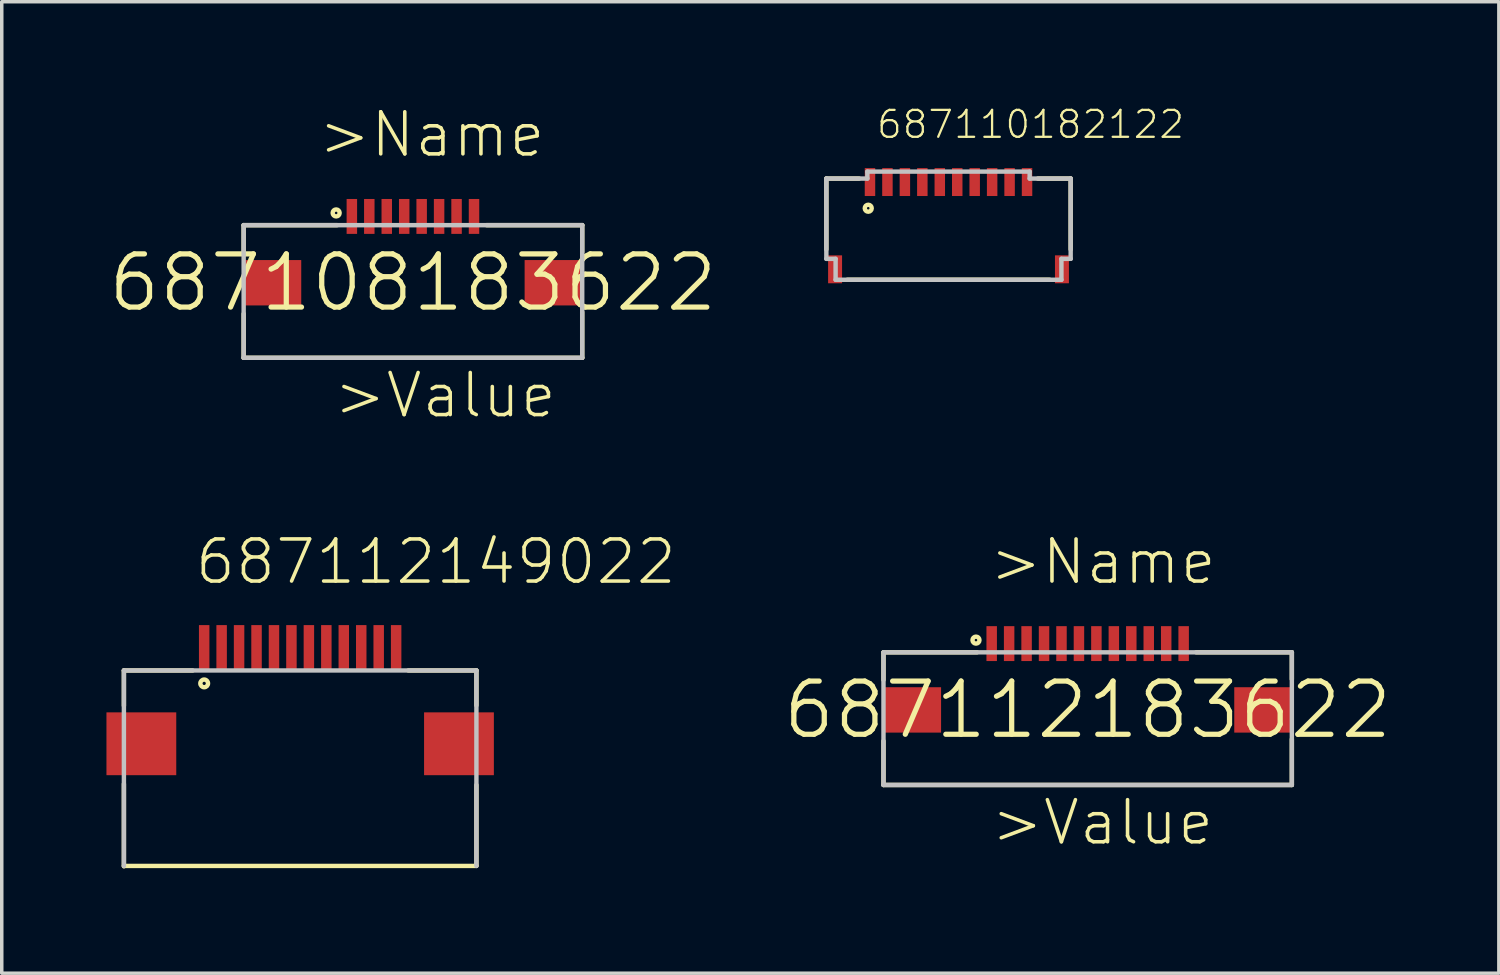
<source format=kicad_pcb>
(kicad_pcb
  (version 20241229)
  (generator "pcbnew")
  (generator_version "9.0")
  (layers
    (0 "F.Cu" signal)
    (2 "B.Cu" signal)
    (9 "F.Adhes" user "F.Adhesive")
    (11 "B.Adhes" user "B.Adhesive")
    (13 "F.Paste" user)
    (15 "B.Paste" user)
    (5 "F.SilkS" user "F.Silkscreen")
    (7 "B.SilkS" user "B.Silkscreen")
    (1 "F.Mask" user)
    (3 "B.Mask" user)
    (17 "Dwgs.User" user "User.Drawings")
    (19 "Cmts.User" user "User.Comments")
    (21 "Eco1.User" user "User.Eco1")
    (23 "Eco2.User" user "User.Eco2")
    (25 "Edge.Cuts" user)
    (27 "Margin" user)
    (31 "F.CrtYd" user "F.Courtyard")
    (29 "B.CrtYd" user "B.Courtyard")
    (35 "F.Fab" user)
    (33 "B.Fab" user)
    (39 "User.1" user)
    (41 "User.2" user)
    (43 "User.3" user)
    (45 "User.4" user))
  (footprint "687108183622"
    (layer "F.Cu")
    (at 8.781 5.051)
    (property "Reference" "687108183622" (at 0 0 0) (layer "F.SilkS") (effects (font (size 1.524 1.524) (thickness 0.15))))
    (attr through_hole)
    (fp_line (start -4.85 -1.65) (end -4.85 -0.86) (stroke (width 0.127) (type solid)) (layer "F.SilkS"))
    (fp_line (start -4.85 0.89) (end -4.85 2.15) (stroke (width 0.127) (type solid)) (layer "F.SilkS"))
    (fp_line (start -4.85 2.15) (end 4.85 2.15) (stroke (width 0.127) (type solid)) (layer "F.SilkS"))
    (fp_line (start -2.17 -1.65) (end -4.85 -1.65) (stroke (width 0.127) (type solid)) (layer "F.SilkS"))
    (fp_line (start 2.11 -1.65) (end 4.85 -1.65) (stroke (width 0.127) (type solid)) (layer "F.SilkS"))
    (fp_line (start 4.85 -1.65) (end 4.85 -0.88) (stroke (width 0.127) (type solid)) (layer "F.SilkS"))
    (fp_line (start 4.85 2.15) (end 4.85 0.84) (stroke (width 0.127) (type solid)) (layer "F.SilkS"))
    (fp_circle (center -2.2 -2) (end -2.1 -2) (stroke (width 0.127) (type solid)) (fill no) (layer "F.SilkS"))
    (fp_line (start -4.85 -1.65) (end 4.85 -1.65) (stroke (width 0.127) (type solid)) (layer "Dwgs.User"))
    (fp_line (start -4.85 2.15) (end -4.85 -1.65) (stroke (width 0.127) (type solid)) (layer "Dwgs.User"))
    (fp_line (start 4.85 -1.65) (end 4.85 2.15) (stroke (width 0.127) (type solid)) (layer "Dwgs.User"))
    (fp_line (start 4.85 2.15) (end -4.85 2.15) (stroke (width 0.127) (type solid)) (layer "Dwgs.User"))
    (fp_text user ">Value" (at -2.33 3.93 0) (layer "F.SilkS") (effects (font (size 1.206 1.206) (thickness 0.102)) (justify left bottom)))
    (fp_text user ">Name" (at -2.77 -3.54 0) (layer "F.SilkS") (effects (font (size 1.206 1.206) (thickness 0.102)) (justify left bottom)))
    (pad "1" smd rect (at -1.75 -1.9 90) (size 1 0.3) (layers "F.Cu" "F.Mask" "F.Paste"))
    (pad "2" smd rect (at -1.25 -1.9 90) (size 1 0.3) (layers "F.Cu" "F.Mask" "F.Paste"))
    (pad "3" smd rect (at -0.75 -1.9 90) (size 1 0.3) (layers "F.Cu" "F.Mask" "F.Paste"))
    (pad "4" smd rect (at -0.25 -1.9 90) (size 1 0.3) (layers "F.Cu" "F.Mask" "F.Paste"))
    (pad "5" smd rect (at 0.25 -1.9 90) (size 1 0.3) (layers "F.Cu" "F.Mask" "F.Paste"))
    (pad "6" smd rect (at 0.75 -1.9 90) (size 1 0.3) (layers "F.Cu" "F.Mask" "F.Paste"))
    (pad "7" smd rect (at 1.25 -1.9 90) (size 1 0.3) (layers "F.Cu" "F.Mask" "F.Paste"))
    (pad "8" smd rect (at 1.75 -1.9 90) (size 1 0.3) (layers "F.Cu" "F.Mask" "F.Paste"))
    (pad "Z1" smd rect (at -4.025 0) (size 1.65 1.3) (layers "F.Cu" "F.Mask" "F.Paste"))
    (pad "Z2" smd rect (at 4.025 0) (size 1.65 1.3) (layers "F.Cu" "F.Mask" "F.Paste")))
  (footprint "687110182122"
    (layer "F.Cu")
    (at 24.126 3.416)
    (property "Reference" "687110182122" (at -2.103 -2.449 0) (layer "F.SilkS") (effects (font (size 0.772 0.772) (thickness 0.065)) (justify left bottom)))
    (attr through_hole)
    (fp_line (start -3.5 -1.35) (end -3.5 0.68) (stroke (width 0.127) (type solid)) (layer "F.SilkS"))
    (fp_line (start -2.9 1.55) (end 2.9 1.55) (stroke (width 0.127) (type solid)) (layer "F.SilkS"))
    (fp_line (start -2.56 -1.35) (end -3.5 -1.35) (stroke (width 0.127) (type solid)) (layer "F.SilkS"))
    (fp_line (start 3.5 -1.35) (end 2.56 -1.35) (stroke (width 0.127) (type solid)) (layer "F.SilkS"))
    (fp_line (start 3.5 -1.35) (end 3.5 0.68) (stroke (width 0.127) (type solid)) (layer "F.SilkS"))
    (fp_circle (center -2.3 -0.5) (end -2.2 -0.5) (stroke (width 0.127) (type solid)) (fill no) (layer "F.SilkS"))
    (fp_line (start -3.5 -1.35) (end -3.5 0.95) (stroke (width 0.127) (type solid)) (layer "Dwgs.User"))
    (fp_line (start -3.5 -1.35) (end -2.325 -1.35) (stroke (width 0.127) (type solid)) (layer "Dwgs.User"))
    (fp_line (start -3.5 0.95) (end -3.235 0.95) (stroke (width 0.127) (type solid)) (layer "Dwgs.User"))
    (fp_line (start -3.235 1.55) (end -3.235 0.95) (stroke (width 0.127) (type solid)) (layer "Dwgs.User"))
    (fp_line (start -3.235 1.55) (end 3.235 1.55) (stroke (width 0.127) (type solid)) (layer "Dwgs.User"))
    (fp_line (start -2.325 -1.55) (end -2.325 -1.35) (stroke (width 0.127) (type solid)) (layer "Dwgs.User"))
    (fp_line (start -2.325 -1.55) (end 2.325 -1.55) (stroke (width 0.127) (type solid)) (layer "Dwgs.User"))
    (fp_line (start 2.325 -1.55) (end 2.325 -1.35) (stroke (width 0.127) (type solid)) (layer "Dwgs.User"))
    (fp_line (start 2.325 -1.35) (end 3.5 -1.35) (stroke (width 0.127) (type solid)) (layer "Dwgs.User"))
    (fp_line (start 3.235 0.95) (end 3.5 0.95) (stroke (width 0.127) (type solid)) (layer "Dwgs.User"))
    (fp_line (start 3.235 1.55) (end 3.235 0.95) (stroke (width 0.127) (type solid)) (layer "Dwgs.User"))
    (fp_line (start 3.5 -1.35) (end 3.5 0.95) (stroke (width 0.127) (type solid)) (layer "Dwgs.User"))
    (pad "1" smd rect (at -2.25 -1.25 90) (size 0.8 0.3) (layers "F.Cu" "F.Mask" "F.Paste"))
    (pad "2" smd rect (at -1.75 -1.25 90) (size 0.8 0.3) (layers "F.Cu" "F.Mask" "F.Paste"))
    (pad "3" smd rect (at -1.25 -1.25 90) (size 0.8 0.3) (layers "F.Cu" "F.Mask" "F.Paste"))
    (pad "4" smd rect (at -0.75 -1.25 90) (size 0.8 0.3) (layers "F.Cu" "F.Mask" "F.Paste"))
    (pad "5" smd rect (at -0.25 -1.25 90) (size 0.8 0.3) (layers "F.Cu" "F.Mask" "F.Paste"))
    (pad "6" smd rect (at 0.25 -1.25 90) (size 0.8 0.3) (layers "F.Cu" "F.Mask" "F.Paste"))
    (pad "7" smd rect (at 0.75 -1.25 90) (size 0.8 0.3) (layers "F.Cu" "F.Mask" "F.Paste"))
    (pad "8" smd rect (at 1.25 -1.25 90) (size 0.8 0.3) (layers "F.Cu" "F.Mask" "F.Paste"))
    (pad "9" smd rect (at 1.75 -1.25 90) (size 0.8 0.3) (layers "F.Cu" "F.Mask" "F.Paste"))
    (pad "10" smd rect (at 2.25 -1.25 90) (size 0.8 0.3) (layers "F.Cu" "F.Mask" "F.Paste"))
    (pad "Z1" smd rect (at -3.25 1.25 90) (size 0.8 0.4) (layers "F.Cu" "F.Mask" "F.Paste"))
    (pad "Z2" smd rect (at 3.25 1.25 90) (size 0.8 0.4) (layers "F.Cu" "F.Mask" "F.Paste")))
  (footprint "687112149022"
    (layer "F.Cu")
    (at 5.55 15.51)
    (property "Reference" "687112149022" (at -3.07 -1.76 0) (layer "F.SilkS") (effects (font (size 1.206 1.206) (thickness 0.102)) (justify left bottom)))
    (attr through_hole)
    (fp_line (start -5.05 0.65) (end -5.05 1.66) (stroke (width 0.127) (type solid)) (layer "F.SilkS"))
    (fp_line (start -5.05 3.9) (end -5.05 6.26) (stroke (width 0.127) (type solid)) (layer "F.SilkS"))
    (fp_line (start -3.08 0.65) (end -5.05 0.65) (stroke (width 0.127) (type solid)) (layer "F.SilkS"))
    (fp_line (start 3.1 0.65) (end 5.05 0.65) (stroke (width 0.127) (type solid)) (layer "F.SilkS"))
    (fp_line (start 5.05 0.65) (end 5.05 1.65) (stroke (width 0.127) (type solid)) (layer "F.SilkS"))
    (fp_line (start 5.05 3.93) (end 5.05 6.24) (stroke (width 0.127) (type solid)) (layer "F.SilkS"))
    (fp_line (start 5.05 6.25) (end -5.05 6.25) (stroke (width 0.127) (type solid)) (layer "F.SilkS"))
    (fp_circle (center -2.75 1.02) (end -2.64 1.02) (stroke (width 0.127) (type solid)) (fill no) (layer "F.SilkS"))
    (fp_line (start -5.05 0.65) (end 5.05 0.65) (stroke (width 0.127) (type solid)) (layer "Dwgs.User"))
    (fp_line (start -5.05 6.25) (end -5.05 0.65) (stroke (width 0.127) (type solid)) (layer "Dwgs.User"))
    (fp_line (start 5.05 0.65) (end 5.05 6.25) (stroke (width 0.127) (type solid)) (layer "Dwgs.User"))
    (pad "1" smd rect (at -2.75 0) (size 0.3 1.3) (layers "F.Cu" "F.Mask" "F.Paste"))
    (pad "2" smd rect (at -2.25 0) (size 0.3 1.3) (layers "F.Cu" "F.Mask" "F.Paste"))
    (pad "3" smd rect (at -1.75 0) (size 0.3 1.3) (layers "F.Cu" "F.Mask" "F.Paste"))
    (pad "4" smd rect (at -1.25 0) (size 0.3 1.3) (layers "F.Cu" "F.Mask" "F.Paste"))
    (pad "5" smd rect (at -0.75 0) (size 0.3 1.3) (layers "F.Cu" "F.Mask" "F.Paste"))
    (pad "6" smd rect (at -0.25 0) (size 0.3 1.3) (layers "F.Cu" "F.Mask" "F.Paste"))
    (pad "7" smd rect (at 0.25 0) (size 0.3 1.3) (layers "F.Cu" "F.Mask" "F.Paste"))
    (pad "8" smd rect (at 0.75 0) (size 0.3 1.3) (layers "F.Cu" "F.Mask" "F.Paste"))
    (pad "9" smd rect (at 1.25 0) (size 0.3 1.3) (layers "F.Cu" "F.Mask" "F.Paste"))
    (pad "10" smd rect (at 1.75 0) (size 0.3 1.3) (layers "F.Cu" "F.Mask" "F.Paste"))
    (pad "11" smd rect (at 2.25 0) (size 0.3 1.3) (layers "F.Cu" "F.Mask" "F.Paste"))
    (pad "12" smd rect (at 2.75 0) (size 0.3 1.3) (layers "F.Cu" "F.Mask" "F.Paste"))
    (pad "Z1" smd rect (at -4.55 2.75) (size 2 1.8) (layers "F.Cu" "F.Mask" "F.Paste"))
    (pad "Z2" smd rect (at 4.55 2.75) (size 2 1.8) (layers "F.Cu" "F.Mask" "F.Paste")))
  (footprint "687112183622"
    (layer "F.Cu")
    (at 28.113 17.29)
    (property "Reference" "687112183622" (at 0 0 0) (layer "F.SilkS") (effects (font (size 1.524 1.524) (thickness 0.15))))
    (attr through_hole)
    (fp_line (start -5.85 -1.65) (end -5.85 -0.86) (stroke (width 0.127) (type solid)) (layer "F.SilkS"))
    (fp_line (start -5.85 0.89) (end -5.85 2.15) (stroke (width 0.127) (type solid)) (layer "F.SilkS"))
    (fp_line (start -5.85 2.15) (end 5.85 2.15) (stroke (width 0.127) (type solid)) (layer "F.SilkS"))
    (fp_line (start -3.17 -1.65) (end -5.85 -1.65) (stroke (width 0.127) (type solid)) (layer "F.SilkS"))
    (fp_line (start 3.11 -1.65) (end 5.85 -1.65) (stroke (width 0.127) (type solid)) (layer "F.SilkS"))
    (fp_line (start 5.85 -1.65) (end 5.85 -0.88) (stroke (width 0.127) (type solid)) (layer "F.SilkS"))
    (fp_line (start 5.85 2.15) (end 5.85 0.84) (stroke (width 0.127) (type solid)) (layer "F.SilkS"))
    (fp_circle (center -3.2 -2) (end -3.1 -2) (stroke (width 0.127) (type solid)) (fill no) (layer "F.SilkS"))
    (fp_line (start -5.85 -1.65) (end 5.85 -1.65) (stroke (width 0.127) (type solid)) (layer "Dwgs.User"))
    (fp_line (start -5.85 2.15) (end -5.85 -1.65) (stroke (width 0.127) (type solid)) (layer "Dwgs.User"))
    (fp_line (start 5.85 -1.65) (end 5.85 2.15) (stroke (width 0.127) (type solid)) (layer "Dwgs.User"))
    (fp_line (start 5.85 2.15) (end -5.85 2.15) (stroke (width 0.127) (type solid)) (layer "Dwgs.User"))
    (fp_text user ">Value" (at -2.83 3.93 0) (layer "F.SilkS") (effects (font (size 1.206 1.206) (thickness 0.102)) (justify left bottom)))
    (fp_text user ">Name" (at -2.87 -3.54 0) (layer "F.SilkS") (effects (font (size 1.206 1.206) (thickness 0.102)) (justify left bottom)))
    (pad "1" smd rect (at -2.75 -1.9 90) (size 1 0.3) (layers "F.Cu" "F.Mask" "F.Paste"))
    (pad "2" smd rect (at -2.25 -1.9 90) (size 1 0.3) (layers "F.Cu" "F.Mask" "F.Paste"))
    (pad "3" smd rect (at -1.75 -1.9 90) (size 1 0.3) (layers "F.Cu" "F.Mask" "F.Paste"))
    (pad "4" smd rect (at -1.25 -1.9 90) (size 1 0.3) (layers "F.Cu" "F.Mask" "F.Paste"))
    (pad "5" smd rect (at -0.75 -1.9 90) (size 1 0.3) (layers "F.Cu" "F.Mask" "F.Paste"))
    (pad "6" smd rect (at -0.25 -1.9 90) (size 1 0.3) (layers "F.Cu" "F.Mask" "F.Paste"))
    (pad "7" smd rect (at 0.25 -1.9 90) (size 1 0.3) (layers "F.Cu" "F.Mask" "F.Paste"))
    (pad "8" smd rect (at 0.75 -1.9 90) (size 1 0.3) (layers "F.Cu" "F.Mask" "F.Paste"))
    (pad "9" smd rect (at 1.25 -1.9 90) (size 1 0.3) (layers "F.Cu" "F.Mask" "F.Paste"))
    (pad "10" smd rect (at 1.75 -1.9 90) (size 1 0.3) (layers "F.Cu" "F.Mask" "F.Paste"))
    (pad "11" smd rect (at 2.25 -1.9 90) (size 1 0.3) (layers "F.Cu" "F.Mask" "F.Paste"))
    (pad "12" smd rect (at 2.75 -1.9 90) (size 1 0.3) (layers "F.Cu" "F.Mask" "F.Paste"))
    (pad "Z1" smd rect (at -5.025 0) (size 1.65 1.3) (layers "F.Cu" "F.Mask" "F.Paste"))
    (pad "Z2" smd rect (at 5.025 0) (size 1.65 1.3) (layers "F.Cu" "F.Mask" "F.Paste")))
  (gr_rect
    (start -3 -3)
    (end 39.894 24.833)
    (stroke (width 0.1) (type default))
    (fill no)
    (layer "Edge.Cuts")))
</source>
